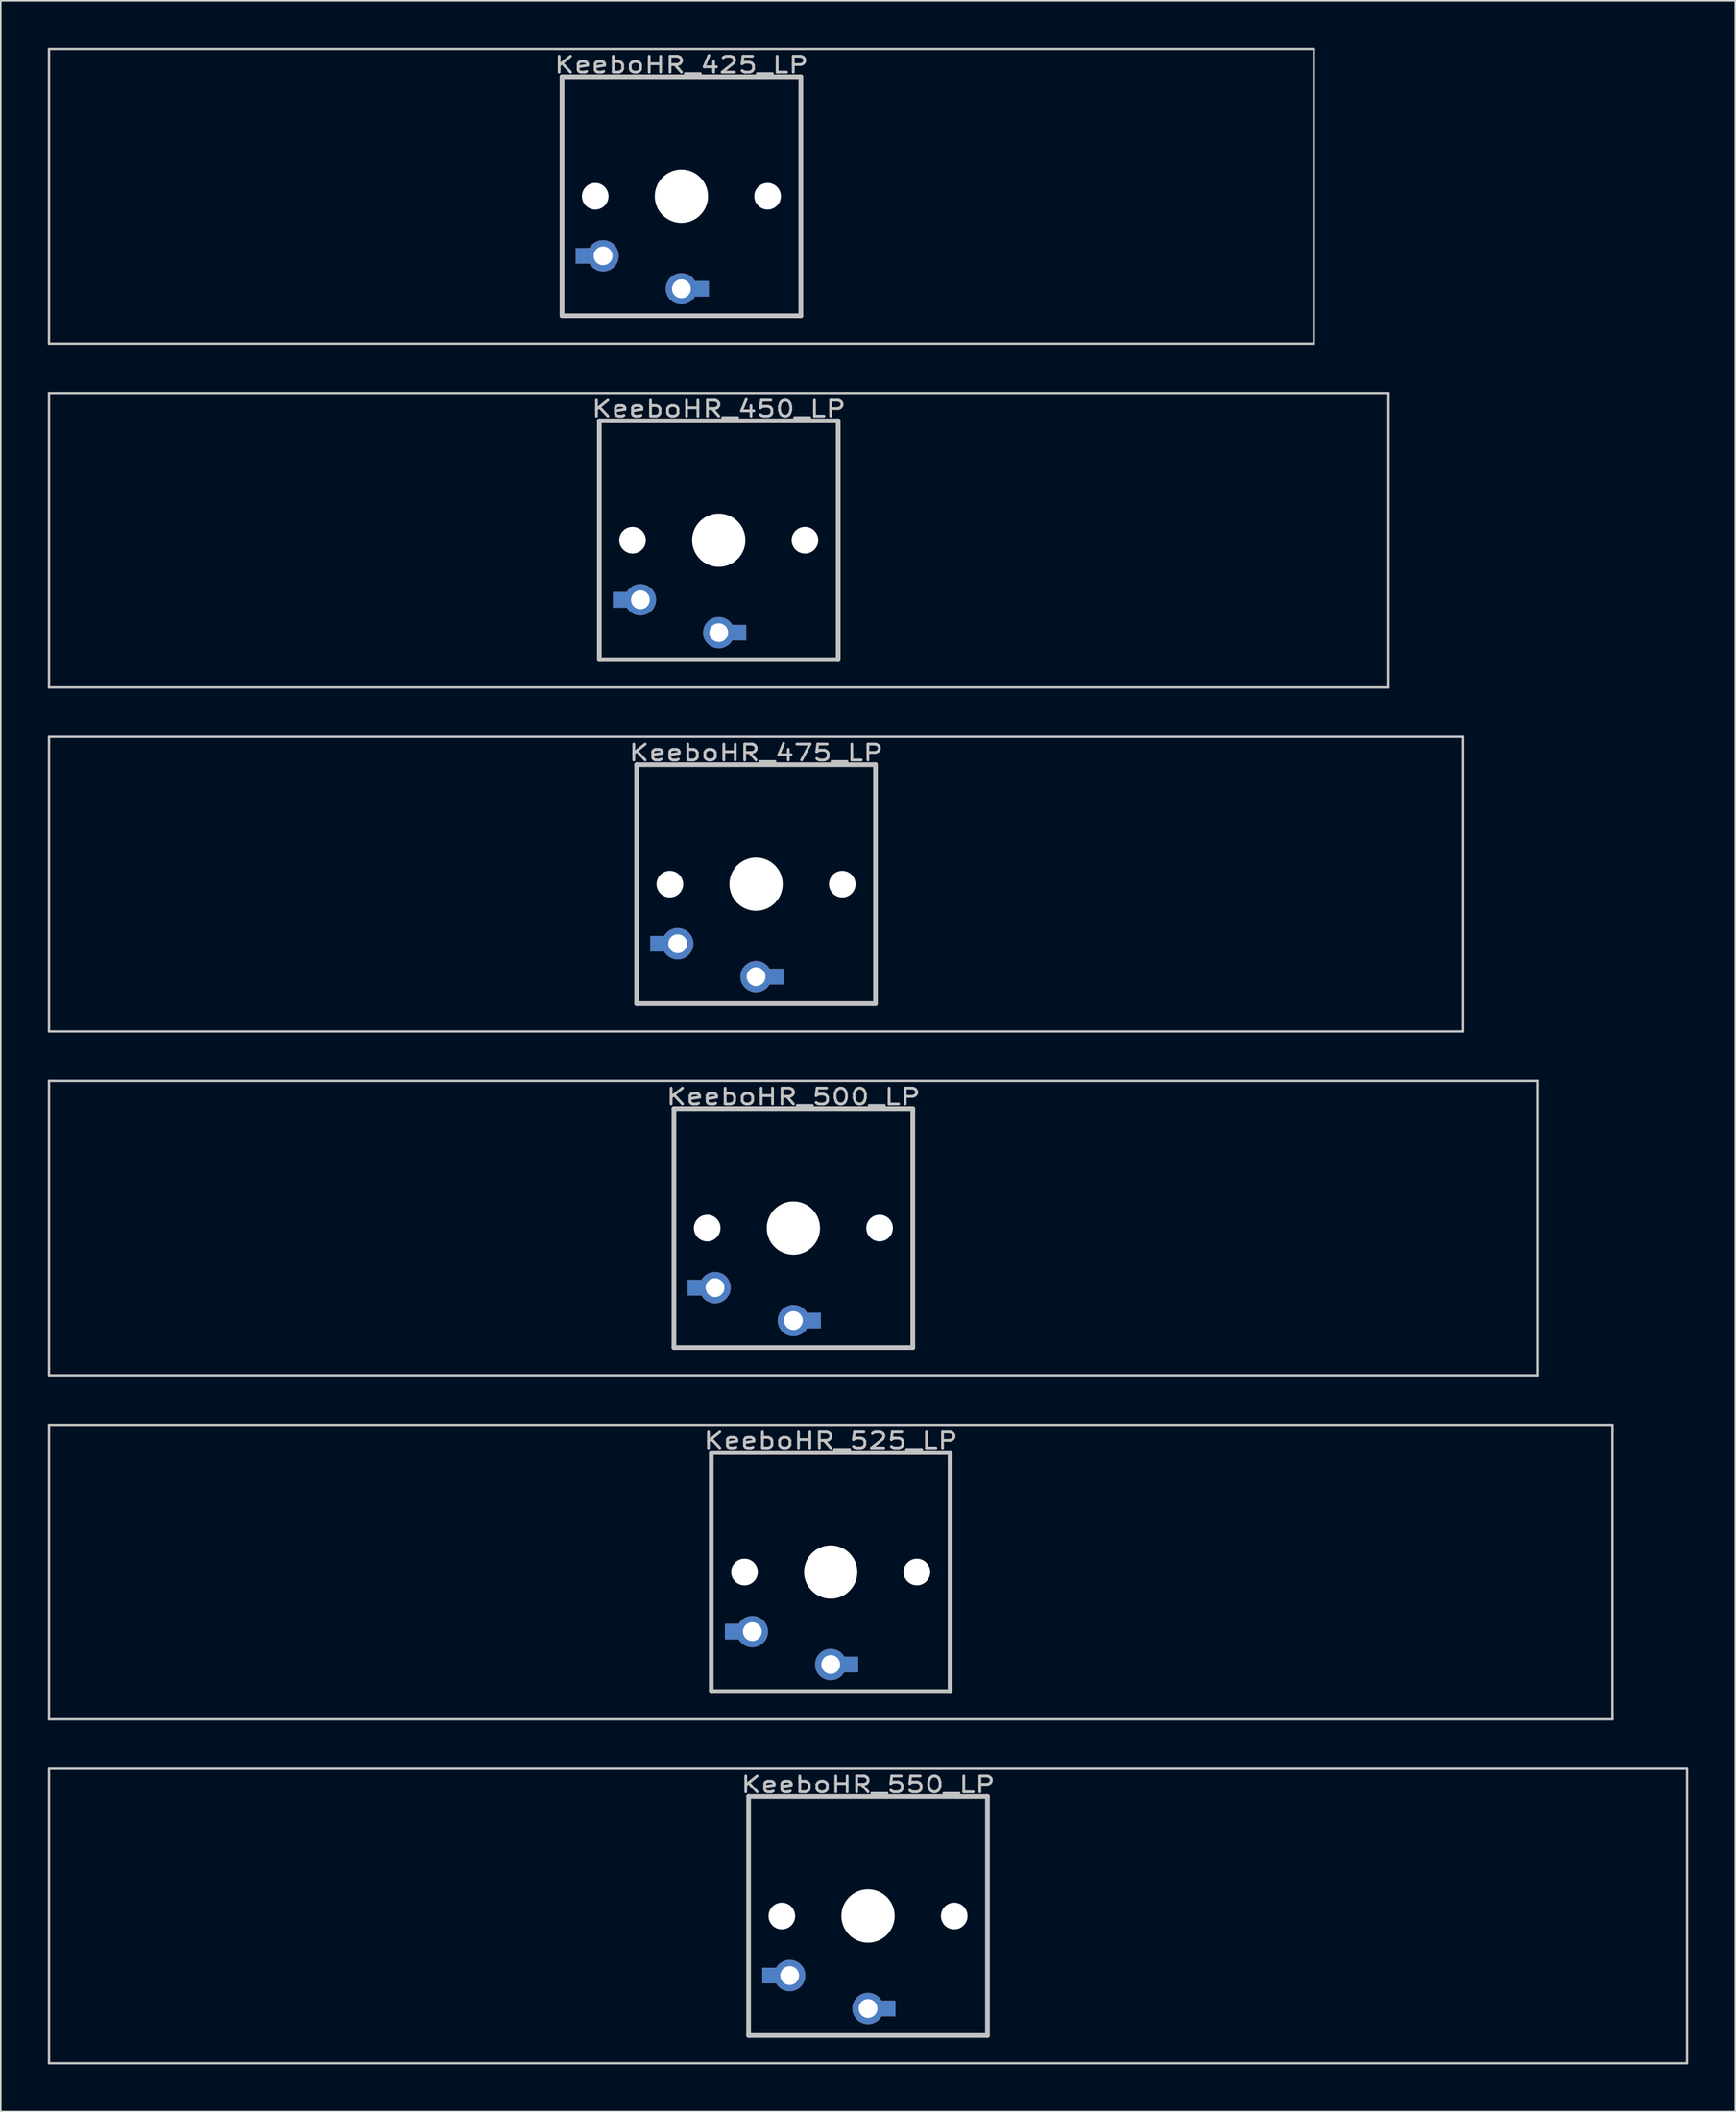
<source format=kicad_pcb>
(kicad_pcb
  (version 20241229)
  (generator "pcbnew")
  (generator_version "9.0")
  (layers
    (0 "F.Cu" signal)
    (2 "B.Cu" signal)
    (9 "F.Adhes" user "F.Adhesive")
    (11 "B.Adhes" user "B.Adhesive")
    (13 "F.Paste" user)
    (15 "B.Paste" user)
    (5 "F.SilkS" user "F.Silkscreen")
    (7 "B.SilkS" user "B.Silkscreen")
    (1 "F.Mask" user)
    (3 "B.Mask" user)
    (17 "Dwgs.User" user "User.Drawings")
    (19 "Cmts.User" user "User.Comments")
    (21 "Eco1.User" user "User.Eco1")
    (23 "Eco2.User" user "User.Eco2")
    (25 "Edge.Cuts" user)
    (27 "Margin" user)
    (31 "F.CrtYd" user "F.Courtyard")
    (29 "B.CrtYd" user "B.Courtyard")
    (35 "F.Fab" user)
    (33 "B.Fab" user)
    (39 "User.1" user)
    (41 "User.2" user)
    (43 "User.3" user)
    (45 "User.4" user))
  (footprint "KeeboHR_475_LP"
    (layer "F.Cu")
    (at 45.193 53.371)
    (property "Reference" "KeeboHR_475_LP" (at 0 -8.382 0) (layer "Dwgs.User") (effects (font (size 1.016 1.27) (thickness 0.178))))
    (attr through_hole)
    (fp_line (start -45.117 -9.398) (end 45.117 -9.398) (stroke (width 0.152) (type solid)) (layer "Dwgs.User"))
    (fp_line (start -45.117 9.398) (end -45.117 -9.398) (stroke (width 0.152) (type solid)) (layer "Dwgs.User"))
    (fp_line (start -7.62 -7.62) (end 7.62 -7.62) (stroke (width 0.3) (type solid)) (layer "Dwgs.User"))
    (fp_line (start -7.62 7.62) (end -7.62 -7.62) (stroke (width 0.3) (type solid)) (layer "Dwgs.User"))
    (fp_line (start 7.62 -7.62) (end 7.62 7.62) (stroke (width 0.3) (type solid)) (layer "Dwgs.User"))
    (fp_line (start 7.62 7.62) (end -7.62 7.62) (stroke (width 0.3) (type solid)) (layer "Dwgs.User"))
    (fp_line (start 45.117 -9.398) (end 45.117 9.398) (stroke (width 0.152) (type solid)) (layer "Dwgs.User"))
    (fp_line (start 45.117 9.398) (end -45.117 9.398) (stroke (width 0.152) (type solid)) (layer "Dwgs.User"))
    (pad "" np_thru_hole circle (at -5.5 0) (size 1.7 1.7) (drill 1.7) (layers "*.Cu" "*.Mask"))
    (pad "" np_thru_hole circle (at 0 0) (size 3.4 3.4) (drill 3.4) (layers "*.Cu" "*.Mask"))
    (pad "" np_thru_hole circle (at 5.5 0) (size 1.7 1.7) (drill 1.7) (layers "*.Cu" "*.Mask"))
    (pad "1" thru_hole circle (at 0 5.9) (size 2 2) (drill 1.2) (layers "*.Cu" "*.Mask"))
    (pad "1" smd rect (at 1.25 5.9) (size 1 1) (layers "*.Cu" "*.Mask"))
    (pad "2" smd rect (at -6.25 3.8) (size 1 1) (layers "*.Cu" "*.Mask"))
    (pad "2" thru_hole circle (at -5 3.8) (size 2 2) (drill 1.2) (layers "*.Cu" "*.Mask")))
  (footprint "KeeboHR_525_LP"
    (layer "F.Cu")
    (at 49.955 97.268)
    (property "Reference" "KeeboHR_525_LP" (at 0 -8.382 0) (layer "Dwgs.User") (effects (font (size 1.016 1.27) (thickness 0.178))))
    (attr through_hole)
    (fp_line (start -49.879 -9.398) (end 49.879 -9.398) (stroke (width 0.152) (type solid)) (layer "Dwgs.User"))
    (fp_line (start -49.879 9.398) (end -49.879 -9.398) (stroke (width 0.152) (type solid)) (layer "Dwgs.User"))
    (fp_line (start -7.62 -7.62) (end 7.62 -7.62) (stroke (width 0.3) (type solid)) (layer "Dwgs.User"))
    (fp_line (start -7.62 7.62) (end -7.62 -7.62) (stroke (width 0.3) (type solid)) (layer "Dwgs.User"))
    (fp_line (start 7.62 -7.62) (end 7.62 7.62) (stroke (width 0.3) (type solid)) (layer "Dwgs.User"))
    (fp_line (start 7.62 7.62) (end -7.62 7.62) (stroke (width 0.3) (type solid)) (layer "Dwgs.User"))
    (fp_line (start 49.879 -9.398) (end 49.879 9.398) (stroke (width 0.152) (type solid)) (layer "Dwgs.User"))
    (fp_line (start 49.879 9.398) (end -49.879 9.398) (stroke (width 0.152) (type solid)) (layer "Dwgs.User"))
    (pad "" np_thru_hole circle (at -5.5 0) (size 1.7 1.7) (drill 1.7) (layers "*.Cu" "*.Mask"))
    (pad "" np_thru_hole circle (at 0 0) (size 3.4 3.4) (drill 3.4) (layers "*.Cu" "*.Mask"))
    (pad "" np_thru_hole circle (at 5.5 0) (size 1.7 1.7) (drill 1.7) (layers "*.Cu" "*.Mask"))
    (pad "1" thru_hole circle (at 0 5.9) (size 2 2) (drill 1.2) (layers "*.Cu" "*.Mask"))
    (pad "1" smd rect (at 1.25 5.9) (size 1 1) (layers "*.Cu" "*.Mask"))
    (pad "2" smd rect (at -6.25 3.8) (size 1 1) (layers "*.Cu" "*.Mask"))
    (pad "2" thru_hole circle (at -5 3.8) (size 2 2) (drill 1.2) (layers "*.Cu" "*.Mask")))
  (footprint "KeeboHR_500_LP"
    (layer "F.Cu")
    (at 47.574 75.319)
    (property "Reference" "KeeboHR_500_LP" (at 0 -8.382 0) (layer "Dwgs.User") (effects (font (size 1.016 1.27) (thickness 0.178))))
    (attr through_hole)
    (fp_line (start -47.498 -9.398) (end 47.498 -9.398) (stroke (width 0.152) (type solid)) (layer "Dwgs.User"))
    (fp_line (start -47.498 9.398) (end -47.498 -9.398) (stroke (width 0.152) (type solid)) (layer "Dwgs.User"))
    (fp_line (start -7.62 -7.62) (end 7.62 -7.62) (stroke (width 0.3) (type solid)) (layer "Dwgs.User"))
    (fp_line (start -7.62 7.62) (end -7.62 -7.62) (stroke (width 0.3) (type solid)) (layer "Dwgs.User"))
    (fp_line (start 7.62 -7.62) (end 7.62 7.62) (stroke (width 0.3) (type solid)) (layer "Dwgs.User"))
    (fp_line (start 7.62 7.62) (end -7.62 7.62) (stroke (width 0.3) (type solid)) (layer "Dwgs.User"))
    (fp_line (start 47.498 -9.398) (end 47.498 9.398) (stroke (width 0.152) (type solid)) (layer "Dwgs.User"))
    (fp_line (start 47.498 9.398) (end -47.498 9.398) (stroke (width 0.152) (type solid)) (layer "Dwgs.User"))
    (pad "" np_thru_hole circle (at -5.5 0) (size 1.7 1.7) (drill 1.7) (layers "*.Cu" "*.Mask"))
    (pad "" np_thru_hole circle (at 0 0) (size 3.4 3.4) (drill 3.4) (layers "*.Cu" "*.Mask"))
    (pad "" np_thru_hole circle (at 5.5 0) (size 1.7 1.7) (drill 1.7) (layers "*.Cu" "*.Mask"))
    (pad "1" thru_hole circle (at 0 5.9) (size 2 2) (drill 1.2) (layers "*.Cu" "*.Mask"))
    (pad "1" smd rect (at 1.25 5.9) (size 1 1) (layers "*.Cu" "*.Mask"))
    (pad "2" smd rect (at -6.25 3.8) (size 1 1) (layers "*.Cu" "*.Mask"))
    (pad "2" thru_hole circle (at -5 3.8) (size 2 2) (drill 1.2) (layers "*.Cu" "*.Mask")))
  (footprint "KeeboHR_450_LP"
    (layer "F.Cu")
    (at 42.812 31.423)
    (property "Reference" "KeeboHR_450_LP" (at 0 -8.382 0) (layer "Dwgs.User") (effects (font (size 1.016 1.27) (thickness 0.178))))
    (attr through_hole)
    (fp_line (start -42.736 -9.398) (end 42.736 -9.398) (stroke (width 0.152) (type solid)) (layer "Dwgs.User"))
    (fp_line (start -42.736 9.398) (end -42.736 -9.398) (stroke (width 0.152) (type solid)) (layer "Dwgs.User"))
    (fp_line (start -7.62 -7.62) (end 7.62 -7.62) (stroke (width 0.3) (type solid)) (layer "Dwgs.User"))
    (fp_line (start -7.62 7.62) (end -7.62 -7.62) (stroke (width 0.3) (type solid)) (layer "Dwgs.User"))
    (fp_line (start 7.62 -7.62) (end 7.62 7.62) (stroke (width 0.3) (type solid)) (layer "Dwgs.User"))
    (fp_line (start 7.62 7.62) (end -7.62 7.62) (stroke (width 0.3) (type solid)) (layer "Dwgs.User"))
    (fp_line (start 42.736 -9.398) (end 42.736 9.398) (stroke (width 0.152) (type solid)) (layer "Dwgs.User"))
    (fp_line (start 42.736 9.398) (end -42.736 9.398) (stroke (width 0.152) (type solid)) (layer "Dwgs.User"))
    (pad "" np_thru_hole circle (at -5.5 0) (size 1.7 1.7) (drill 1.7) (layers "*.Cu" "*.Mask"))
    (pad "" np_thru_hole circle (at 0 0) (size 3.4 3.4) (drill 3.4) (layers "*.Cu" "*.Mask"))
    (pad "" np_thru_hole circle (at 5.5 0) (size 1.7 1.7) (drill 1.7) (layers "*.Cu" "*.Mask"))
    (pad "1" thru_hole circle (at 0 5.9) (size 2 2) (drill 1.2) (layers "*.Cu" "*.Mask"))
    (pad "1" smd rect (at 1.25 5.9) (size 1 1) (layers "*.Cu" "*.Mask"))
    (pad "2" smd rect (at -6.25 3.8) (size 1 1) (layers "*.Cu" "*.Mask"))
    (pad "2" thru_hole circle (at -5 3.8) (size 2 2) (drill 1.2) (layers "*.Cu" "*.Mask")))
  (footprint "KeeboHR_425_LP"
    (layer "F.Cu")
    (at 40.43 9.474)
    (property "Reference" "KeeboHR_425_LP" (at 0 -8.382 0) (layer "Dwgs.User") (effects (font (size 1.016 1.27) (thickness 0.178))))
    (attr through_hole)
    (fp_line (start -40.354 -9.398) (end 40.354 -9.398) (stroke (width 0.152) (type solid)) (layer "Dwgs.User"))
    (fp_line (start -40.354 9.398) (end -40.354 -9.398) (stroke (width 0.152) (type solid)) (layer "Dwgs.User"))
    (fp_line (start -7.62 -7.62) (end 7.62 -7.62) (stroke (width 0.3) (type solid)) (layer "Dwgs.User"))
    (fp_line (start -7.62 7.62) (end -7.62 -7.62) (stroke (width 0.3) (type solid)) (layer "Dwgs.User"))
    (fp_line (start 7.62 -7.62) (end 7.62 7.62) (stroke (width 0.3) (type solid)) (layer "Dwgs.User"))
    (fp_line (start 7.62 7.62) (end -7.62 7.62) (stroke (width 0.3) (type solid)) (layer "Dwgs.User"))
    (fp_line (start 40.354 -9.398) (end 40.354 9.398) (stroke (width 0.152) (type solid)) (layer "Dwgs.User"))
    (fp_line (start 40.354 9.398) (end -40.354 9.398) (stroke (width 0.152) (type solid)) (layer "Dwgs.User"))
    (pad "" np_thru_hole circle (at -5.5 0) (size 1.7 1.7) (drill 1.7) (layers "*.Cu" "*.Mask"))
    (pad "" np_thru_hole circle (at 0 0) (size 3.4 3.4) (drill 3.4) (layers "*.Cu" "*.Mask"))
    (pad "" np_thru_hole circle (at 5.5 0) (size 1.7 1.7) (drill 1.7) (layers "*.Cu" "*.Mask"))
    (pad "1" thru_hole circle (at 0 5.9) (size 2 2) (drill 1.2) (layers "*.Cu" "*.Mask"))
    (pad "1" smd rect (at 1.25 5.9) (size 1 1) (layers "*.Cu" "*.Mask"))
    (pad "2" smd rect (at -6.25 3.8) (size 1 1) (layers "*.Cu" "*.Mask"))
    (pad "2" thru_hole circle (at -5 3.8) (size 2 2) (drill 1.2) (layers "*.Cu" "*.Mask")))
  (footprint "KeeboHR_550_LP"
    (layer "F.Cu")
    (at 52.337 119.216)
    (property "Reference" "KeeboHR_550_LP" (at 0 -8.382 0) (layer "Dwgs.User") (effects (font (size 1.016 1.27) (thickness 0.178))))
    (attr through_hole)
    (fp_line (start -52.261 -9.398) (end 52.261 -9.398) (stroke (width 0.152) (type solid)) (layer "Dwgs.User"))
    (fp_line (start -52.261 9.398) (end -52.261 -9.398) (stroke (width 0.152) (type solid)) (layer "Dwgs.User"))
    (fp_line (start -7.62 -7.62) (end 7.62 -7.62) (stroke (width 0.3) (type solid)) (layer "Dwgs.User"))
    (fp_line (start -7.62 7.62) (end -7.62 -7.62) (stroke (width 0.3) (type solid)) (layer "Dwgs.User"))
    (fp_line (start 7.62 -7.62) (end 7.62 7.62) (stroke (width 0.3) (type solid)) (layer "Dwgs.User"))
    (fp_line (start 7.62 7.62) (end -7.62 7.62) (stroke (width 0.3) (type solid)) (layer "Dwgs.User"))
    (fp_line (start 52.261 -9.398) (end 52.261 9.398) (stroke (width 0.152) (type solid)) (layer "Dwgs.User"))
    (fp_line (start 52.261 9.398) (end -52.261 9.398) (stroke (width 0.152) (type solid)) (layer "Dwgs.User"))
    (pad "" np_thru_hole circle (at -5.5 0) (size 1.7 1.7) (drill 1.7) (layers "*.Cu" "*.Mask"))
    (pad "" np_thru_hole circle (at 0 0) (size 3.4 3.4) (drill 3.4) (layers "*.Cu" "*.Mask"))
    (pad "" np_thru_hole circle (at 5.5 0) (size 1.7 1.7) (drill 1.7) (layers "*.Cu" "*.Mask"))
    (pad "1" thru_hole circle (at 0 5.9) (size 2 2) (drill 1.2) (layers "*.Cu" "*.Mask"))
    (pad "1" smd rect (at 1.25 5.9) (size 1 1) (layers "*.Cu" "*.Mask"))
    (pad "2" smd rect (at -6.25 3.8) (size 1 1) (layers "*.Cu" "*.Mask"))
    (pad "2" thru_hole circle (at -5 3.8) (size 2 2) (drill 1.2) (layers "*.Cu" "*.Mask")))
  (gr_rect
    (start -3 -3)
    (end 107.673 131.69)
    (stroke (width 0.1) (type default))
    (fill no)
    (layer "Edge.Cuts")))
</source>
